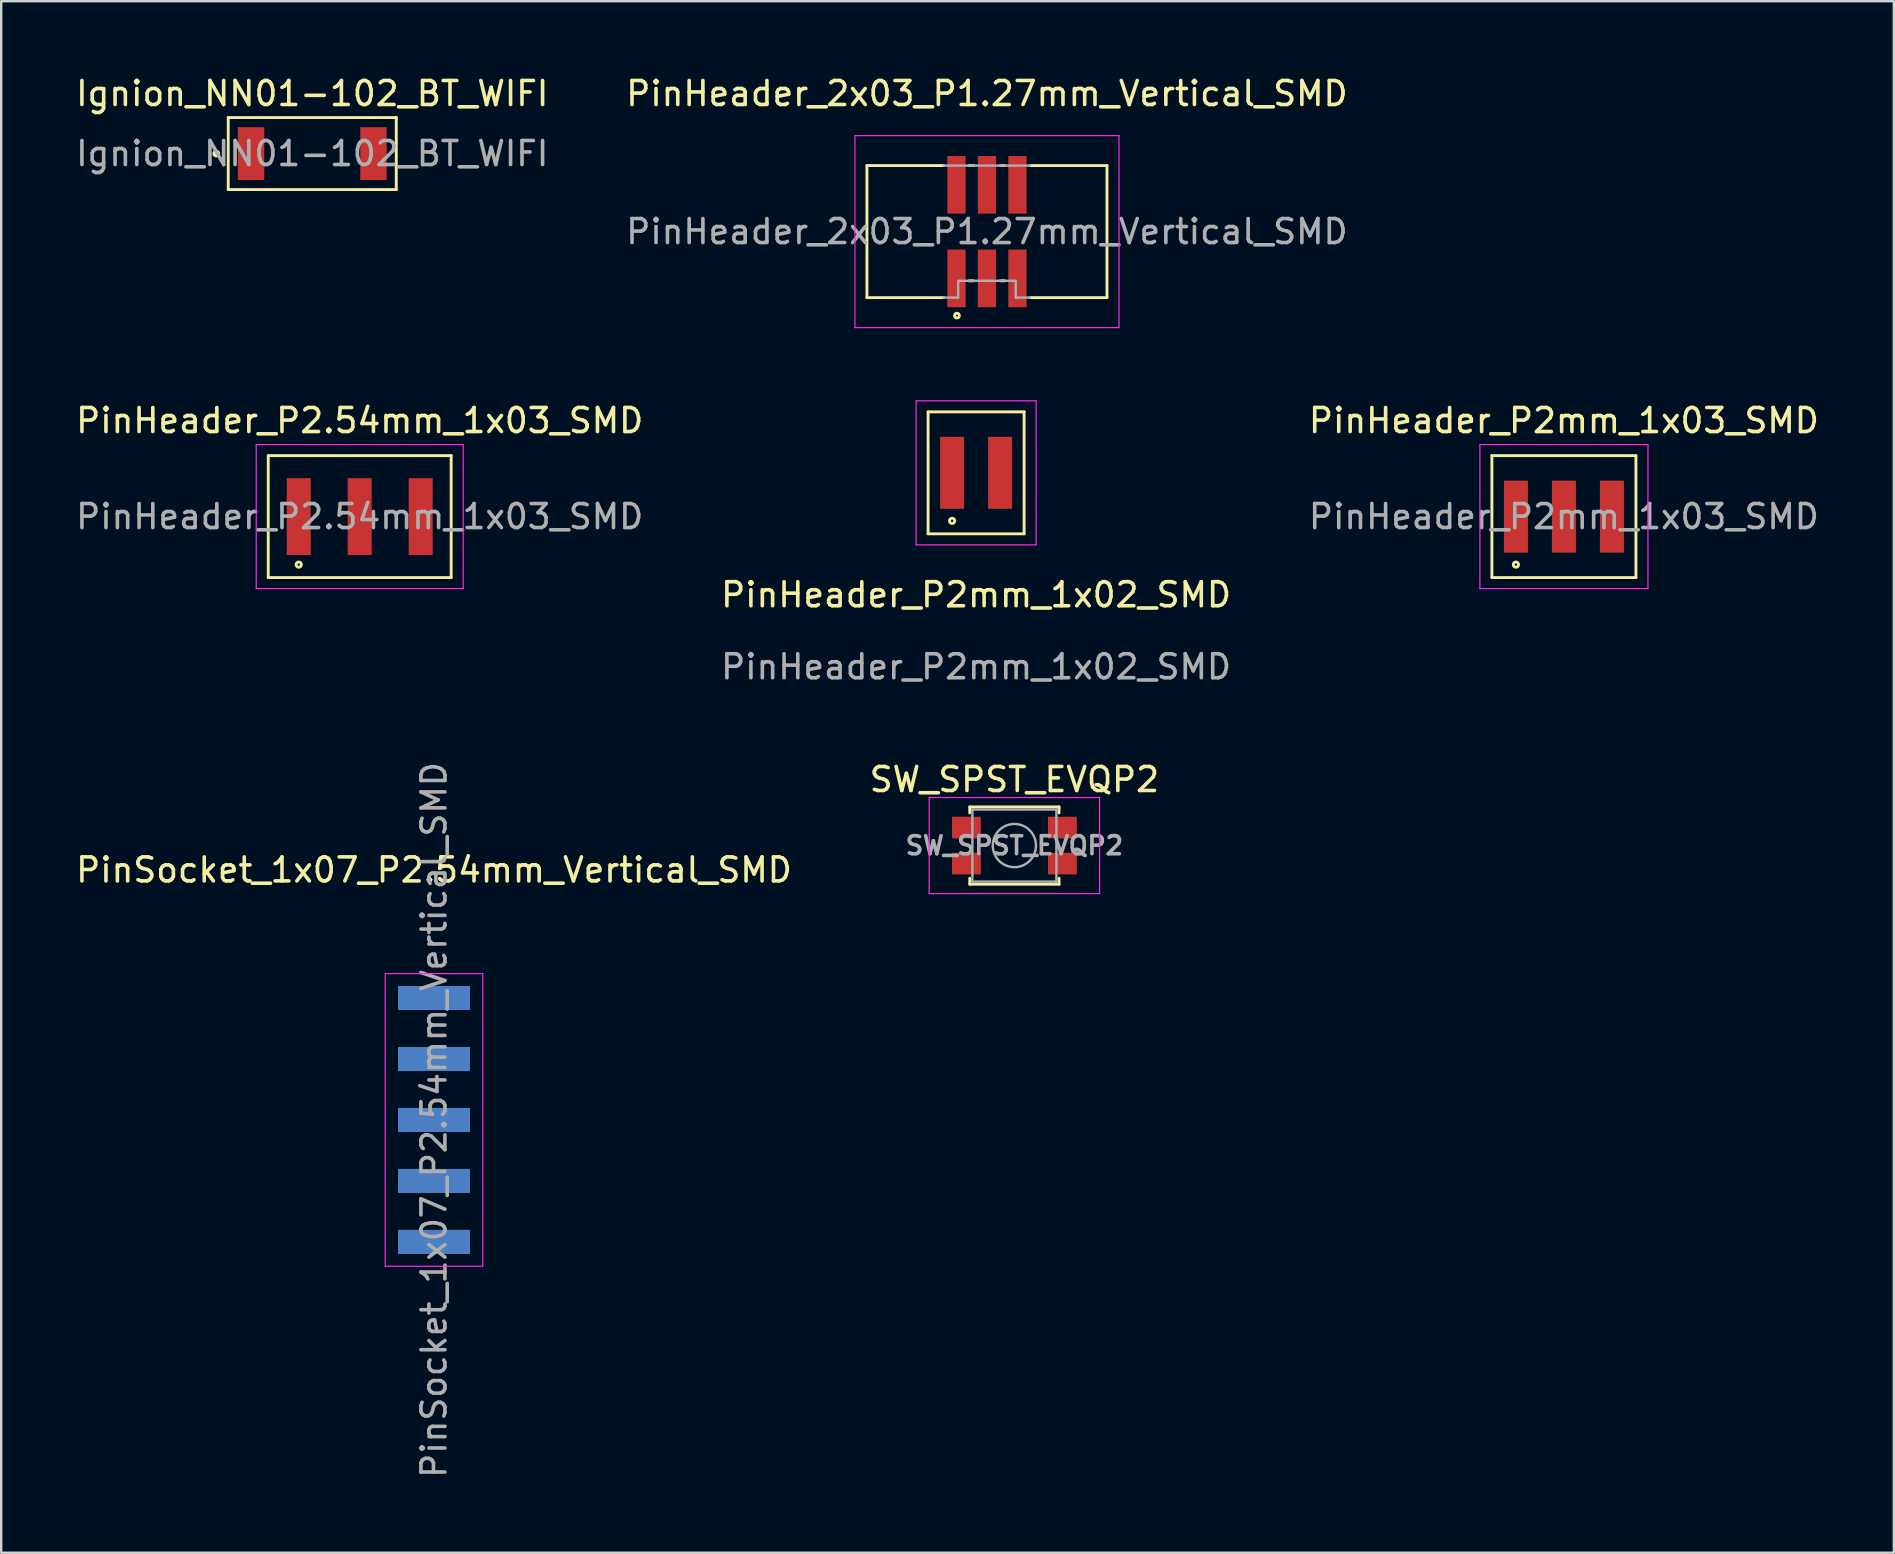
<source format=kicad_pcb>
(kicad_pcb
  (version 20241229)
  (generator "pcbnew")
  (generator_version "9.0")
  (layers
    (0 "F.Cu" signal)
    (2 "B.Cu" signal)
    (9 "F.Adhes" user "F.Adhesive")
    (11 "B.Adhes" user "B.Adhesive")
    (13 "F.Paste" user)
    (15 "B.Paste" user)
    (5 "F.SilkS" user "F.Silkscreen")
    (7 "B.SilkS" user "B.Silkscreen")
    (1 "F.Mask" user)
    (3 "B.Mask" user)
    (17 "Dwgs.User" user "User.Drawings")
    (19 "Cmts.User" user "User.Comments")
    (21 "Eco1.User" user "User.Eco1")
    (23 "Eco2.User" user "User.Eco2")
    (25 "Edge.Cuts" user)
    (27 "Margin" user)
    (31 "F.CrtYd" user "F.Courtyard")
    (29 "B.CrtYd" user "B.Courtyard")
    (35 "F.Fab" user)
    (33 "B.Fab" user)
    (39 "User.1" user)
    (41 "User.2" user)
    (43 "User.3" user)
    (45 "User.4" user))
  (footprint "SW_SPST_EVQP2"
    (layer "F.Cu")
    (at 39.208 32.175)
    (property "Reference" "SW_SPST_EVQP2" (at 0 -2.75 0) (layer "F.SilkS") (effects (font (size 1 1) (thickness 0.15))))
    (attr smd)
    (fp_line (start -1.86 -1.61) (end -1.86 -1.36) (stroke (width 0.12) (type solid)) (layer "F.SilkS"))
    (fp_line (start -1.86 1.36) (end -1.86 1.61) (stroke (width 0.12) (type solid)) (layer "F.SilkS"))
    (fp_line (start -1.86 1.61) (end 1.86 1.61) (stroke (width 0.12) (type solid)) (layer "F.SilkS"))
    (fp_line (start 1.86 -1.61) (end -1.86 -1.61) (stroke (width 0.12) (type solid)) (layer "F.SilkS"))
    (fp_line (start 1.86 -1.61) (end 1.86 -1.36) (stroke (width 0.12) (type solid)) (layer "F.SilkS"))
    (fp_line (start 1.86 1.36) (end 1.86 1.61) (stroke (width 0.12) (type solid)) (layer "F.SilkS"))
    (fp_line (start -3.55 -2) (end 3.55 -2) (stroke (width 0.05) (type solid)) (layer "F.CrtYd"))
    (fp_line (start -3.55 2) (end -3.55 -2) (stroke (width 0.05) (type solid)) (layer "F.CrtYd"))
    (fp_line (start 3.55 -2) (end 3.55 2) (stroke (width 0.05) (type solid)) (layer "F.CrtYd"))
    (fp_line (start 3.55 2) (end -3.55 2) (stroke (width 0.05) (type solid)) (layer "F.CrtYd"))
    (fp_line (start -1.75 -1.5) (end 1.75 -1.5) (stroke (width 0.1) (type solid)) (layer "F.Fab"))
    (fp_line (start -1.75 1.5) (end -1.75 -1.5) (stroke (width 0.1) (type solid)) (layer "F.Fab"))
    (fp_line (start 1.75 -1.5) (end 1.75 1.5) (stroke (width 0.1) (type solid)) (layer "F.Fab"))
    (fp_line (start 1.75 1.5) (end -1.75 1.5) (stroke (width 0.1) (type solid)) (layer "F.Fab"))
    (fp_circle (center 0 0) (end 0.9 0) (stroke (width 0.1) (type solid)) (fill no) (layer "F.Fab"))
    (fp_text user "${REFERENCE}" (at 0 0 0) (layer "F.Fab") (effects (font (size 0.75 0.75) (thickness 0.15))))
    (pad "1" smd rect (at -2 -0.75) (size 1.2 0.9) (layers "F.Cu" "F.Mask" "F.Paste"))
    (pad "1" smd rect (at 2 -0.75) (size 1.2 0.9) (layers "F.Cu" "F.Mask" "F.Paste"))
    (pad "2" smd rect (at -2 0.75) (size 1.2 0.9) (layers "F.Cu" "F.Mask" "F.Paste"))
    (pad "2" smd rect (at 2 0.75) (size 1.2 0.9) (layers "F.Cu" "F.Mask" "F.Paste")))
  (footprint "PinHeader_P2.54mm_1x03_SMD"
    (layer "F.Cu")
    (at 11.935 18.471)
    (property "Reference" "PinHeader_P2.54mm_1x03_SMD" (at 0 -4 0) (unlocked yes) (layer "F.SilkS") (effects (font (size 1 1) (thickness 0.15))))
    (attr smd)
    (fp_line (start -3.81 -2.54) (end 3.81 -2.54) (stroke (width 0.12) (type solid)) (layer "F.SilkS"))
    (fp_line (start -3.81 2.54) (end -3.81 -2.54) (stroke (width 0.12) (type solid)) (layer "F.SilkS"))
    (fp_line (start 3.81 -2.54) (end 3.81 2.54) (stroke (width 0.12) (type solid)) (layer "F.SilkS"))
    (fp_line (start 3.81 2.54) (end -3.81 2.54) (stroke (width 0.12) (type solid)) (layer "F.SilkS"))
    (fp_circle (center -2.54 2) (end -2.49 2) (stroke (width 0.12) (type solid)) (fill no) (layer "F.SilkS"))
    (fp_line (start -4.31 -3) (end 4.31 -3) (stroke (width 0.05) (type solid)) (layer "F.CrtYd"))
    (fp_line (start -4.31 3) (end -4.31 -3) (stroke (width 0.05) (type solid)) (layer "F.CrtYd"))
    (fp_line (start 4.31 -3) (end 4.31 3) (stroke (width 0.05) (type solid)) (layer "F.CrtYd"))
    (fp_line (start 4.31 3) (end -4.31 3) (stroke (width 0.05) (type solid)) (layer "F.CrtYd"))
    (fp_text user "${REFERENCE}" (at 0 0 0) (unlocked yes) (layer "F.Fab") (effects (font (size 1 1) (thickness 0.15))))
    (pad "1" smd rect (at -2.54 0) (size 1 3.2) (layers "F.Cu" "F.Mask" "F.Paste"))
    (pad "2" smd rect (at 0 0) (size 1 3.2) (layers "F.Cu" "F.Mask" "F.Paste"))
    (pad "3" smd rect (at 2.54 0) (size 1 3.2) (layers "F.Cu" "F.Mask" "F.Paste")))
  (footprint "PinSocket_1x07_P2.54mm_Vertical_SMD"
    (layer "F.Cu")
    (at 15.03 43.606)
    (property "Reference" "PinSocket_1x07_P2.54mm_Vertical_SMD" (at 0 -10.414 0) (layer "F.SilkS") (effects (font (size 1 1) (thickness 0.15))))
    (attr smd)
    (fp_line (start -2.032 -6.097) (end 2.032 -6.095) (stroke (width 0.05) (type solid)) (layer "F.CrtYd"))
    (fp_line (start -2.032 6.096) (end -2.032 -6.097) (stroke (width 0.05) (type solid)) (layer "F.CrtYd"))
    (fp_line (start 2.032 -6.095) (end 2.032 6.096) (stroke (width 0.05) (type solid)) (layer "F.CrtYd"))
    (fp_line (start 2.032 6.096) (end -2.032 6.096) (stroke (width 0.05) (type solid)) (layer "F.CrtYd"))
    (fp_text user "${REFERENCE}" (at 0 0 90) (layer "F.Fab") (effects (font (size 1 1) (thickness 0.15))))
    (pad "1" smd rect (at 0 -5.08) (size 3 1) (layers "F.Cu" "F.Mask" "F.Paste"))
    (pad "2" smd rect (at 0 -5.08) (size 3 1) (layers "F.Mask" "B.Cu" "F.Paste"))
    (pad "3" smd rect (at 0 -2.54) (size 3 1) (layers "F.Cu" "F.Mask" "F.Paste"))
    (pad "4" smd rect (at 0 -2.54) (size 3 1) (layers "F.Mask" "B.Cu" "F.Paste"))
    (pad "5" smd rect (at 0 0) (size 3 1) (layers "F.Cu" "F.Mask" "F.Paste"))
    (pad "6" smd rect (at 0 0) (size 3 1) (layers "F.Mask" "B.Cu" "F.Paste"))
    (pad "7" smd rect (at 0 2.54) (size 3 1) (layers "F.Cu" "F.Mask" "F.Paste"))
    (pad "8" smd rect (at 0 2.54) (size 3 1) (layers "F.Mask" "B.Cu" "F.Paste"))
    (pad "9" smd rect (at 0 5.08) (size 3 1) (layers "F.Cu" "F.Mask" "F.Paste"))
    (pad "10" smd rect (at 0 5.08) (size 3 1) (layers "F.Mask" "B.Cu" "F.Paste")))
  (footprint "PinHeader_2x03_P1.27mm_Vertical_SMD"
    (layer "F.Cu")
    (at 38.065 6.598)
    (property "Reference" "PinHeader_2x03_P1.27mm_Vertical_SMD" (at 0 -5.75 0) (layer "F.SilkS") (effects (font (size 1 1) (thickness 0.15))))
    (attr smd)
    (fp_line (start -5 -2.75) (end -5 2.75) (stroke (width 0.12) (type solid)) (layer "F.SilkS"))
    (fp_line (start -5 -2.75) (end -1.8 -2.75) (stroke (width 0.12) (type solid)) (layer "F.SilkS"))
    (fp_line (start -5 2.75) (end -1.8 2.75) (stroke (width 0.12) (type solid)) (layer "F.SilkS"))
    (fp_line (start -0.75 -2.75) (end -0.55 -2.75) (stroke (width 0.12) (type solid)) (layer "F.SilkS"))
    (fp_line (start -0.75 2.05) (end -0.55 2.05) (stroke (width 0.12) (type solid)) (layer "F.SilkS"))
    (fp_line (start 0.55 -2.75) (end 0.75 -2.75) (stroke (width 0.12) (type solid)) (layer "F.SilkS"))
    (fp_line (start 0.55 2.05) (end 0.75 2.05) (stroke (width 0.12) (type solid)) (layer "F.SilkS"))
    (fp_line (start 1.8 2.75) (end 5 2.75) (stroke (width 0.12) (type solid)) (layer "F.SilkS"))
    (fp_line (start 5 -2.75) (end 1.8 -2.75) (stroke (width 0.12) (type solid)) (layer "F.SilkS"))
    (fp_line (start 5 -2.75) (end 5 2.75) (stroke (width 0.12) (type solid)) (layer "F.SilkS"))
    (fp_circle (center -1.25 3.5) (end -1.15 3.5) (stroke (width 0.12) (type solid)) (fill no) (layer "F.SilkS"))
    (fp_line (start -5.5 -4) (end -5.5 4) (stroke (width 0.05) (type solid)) (layer "F.CrtYd"))
    (fp_line (start -5.5 4) (end 5.5 4) (stroke (width 0.05) (type solid)) (layer "F.CrtYd"))
    (fp_line (start 5.5 -4) (end -5.5 -4) (stroke (width 0.05) (type solid)) (layer "F.CrtYd"))
    (fp_line (start 5.5 4) (end 5.5 -4) (stroke (width 0.05) (type solid)) (layer "F.CrtYd"))
    (fp_line (start -1.8 -2.75) (end 1.8 -2.75) (stroke (width 0.1) (type solid)) (layer "F.Fab"))
    (fp_line (start -1.8 2.75) (end -1.2 2.75) (stroke (width 0.1) (type solid)) (layer "F.Fab"))
    (fp_line (start -1.2 2.05) (end -1.2 2.75) (stroke (width 0.1) (type solid)) (layer "F.Fab"))
    (fp_line (start -1.175 2.05) (end 1.175 2.05) (stroke (width 0.1) (type solid)) (layer "F.Fab"))
    (fp_line (start 1.2 2.05) (end 1.2 2.75) (stroke (width 0.1) (type solid)) (layer "F.Fab"))
    (fp_line (start 1.8 2.75) (end 1.2 2.75) (stroke (width 0.1) (type solid)) (layer "F.Fab"))
    (fp_text user "${REFERENCE}" (at 0 0 180) (layer "F.Fab") (effects (font (size 1 1) (thickness 0.15))))
    (pad "1" smd rect (at -1.27 1.95 90) (size 2.4 0.76) (layers "F.Cu" "F.Mask" "F.Paste"))
    (pad "2" smd rect (at -1.27 -1.95 90) (size 2.4 0.76) (layers "F.Cu" "F.Mask" "F.Paste"))
    (pad "3" smd rect (at 0 1.95 90) (size 2.4 0.76) (layers "F.Cu" "F.Mask" "F.Paste"))
    (pad "4" smd rect (at 0 -1.95 90) (size 2.4 0.76) (layers "F.Cu" "F.Mask" "F.Paste"))
    (pad "5" smd rect (at 1.27 1.95 90) (size 2.4 0.76) (layers "F.Cu" "F.Mask" "F.Paste"))
    (pad "6" smd rect (at 1.27 -1.95 90) (size 2.4 0.76) (layers "F.Cu" "F.Mask" "F.Paste")))
  (footprint "Ignion_NN01-102_BT_WIFI"
    (layer "F.Cu")
    (at 9.958 3.348)
    (property "Reference" "Ignion_NN01-102_BT_WIFI" (at 0 -2.5 0) (unlocked yes) (layer "F.SilkS") (effects (font (size 1 1) (thickness 0.15))))
    (attr smd)
    (fp_line (start -3.5 -1.5) (end 3.5 -1.5) (stroke (width 0.12) (type solid)) (layer "F.SilkS"))
    (fp_line (start -3.5 1.5) (end -3.5 -1.5) (stroke (width 0.12) (type solid)) (layer "F.SilkS"))
    (fp_line (start 3.5 -1.5) (end 3.5 1.5) (stroke (width 0.12) (type solid)) (layer "F.SilkS"))
    (fp_line (start 3.5 1.5) (end -3.5 1.5) (stroke (width 0.12) (type solid)) (layer "F.SilkS"))
    (fp_circle (center -4 0) (end -3.9 0) (stroke (width 0.12) (type solid)) (fill yes) (layer "F.SilkS"))
    (fp_text user "${REFERENCE}" (at 0 0 0) (unlocked yes) (layer "F.Fab") (effects (font (size 1 1) (thickness 0.15))))
    (pad "1" smd rect (at -2.55 0) (size 1.1 2.2) (layers "F.Cu" "F.Mask" "F.Paste"))
    (pad "MT" smd rect (at 2.55 0) (size 1.1 2.2) (layers "F.Cu" "F.Mask" "F.Paste")))
  (footprint "PinHeader_P2mm_1x02_SMD"
    (layer "F.Cu")
    (at 37.613 16.648)
    (property "Reference" "PinHeader_P2mm_1x02_SMD" (at 0 5.08 0) (unlocked yes) (layer "F.SilkS") (effects (font (size 1 1) (thickness 0.15))))
    (attr smd)
    (fp_line (start -2 -2.54) (end 2 -2.54) (stroke (width 0.12) (type solid)) (layer "F.SilkS"))
    (fp_line (start -2 2.54) (end -2 -2.54) (stroke (width 0.12) (type solid)) (layer "F.SilkS"))
    (fp_line (start 2 -2.54) (end 2 2.54) (stroke (width 0.12) (type solid)) (layer "F.SilkS"))
    (fp_line (start 2 2.54) (end -2 2.54) (stroke (width 0.12) (type solid)) (layer "F.SilkS"))
    (fp_circle (center -1 2) (end -0.95 2) (stroke (width 0.12) (type solid)) (fill no) (layer "F.SilkS"))
    (fp_line (start -2.5 -3) (end 2.5 -3) (stroke (width 0.05) (type solid)) (layer "F.CrtYd"))
    (fp_line (start -2.5 3) (end -2.5 -3) (stroke (width 0.05) (type solid)) (layer "F.CrtYd"))
    (fp_line (start 2.5 -3) (end 2.5 3) (stroke (width 0.05) (type solid)) (layer "F.CrtYd"))
    (fp_line (start 2.5 3) (end -2.5 3) (stroke (width 0.05) (type solid)) (layer "F.CrtYd"))
    (fp_text user "${REFERENCE}" (at 0 8.08 0) (unlocked yes) (layer "F.Fab") (effects (font (size 1 1) (thickness 0.15))))
    (pad "1" smd rect (at -1 0) (size 1 3) (layers "F.Cu" "F.Mask" "F.Paste"))
    (pad "2" smd rect (at 1 0) (size 1 3) (layers "F.Cu" "F.Mask" "F.Paste")))
  (footprint "PinHeader_P2mm_1x03_SMD"
    (layer "F.Cu")
    (at 62.101 18.471)
    (property "Reference" "PinHeader_P2mm_1x03_SMD" (at 0 -4 0) (unlocked yes) (layer "F.SilkS") (effects (font (size 1 1) (thickness 0.15))))
    (attr smd)
    (fp_line (start -3 -2.54) (end 3 -2.54) (stroke (width 0.12) (type solid)) (layer "F.SilkS"))
    (fp_line (start -3 2.54) (end -3 -2.54) (stroke (width 0.12) (type solid)) (layer "F.SilkS"))
    (fp_line (start 3 -2.54) (end 3 2.54) (stroke (width 0.12) (type solid)) (layer "F.SilkS"))
    (fp_line (start 3 2.54) (end -3 2.54) (stroke (width 0.12) (type solid)) (layer "F.SilkS"))
    (fp_circle (center -2 2) (end -1.95 2) (stroke (width 0.12) (type solid)) (fill no) (layer "F.SilkS"))
    (fp_line (start -3.5 -3) (end 3.5 -3) (stroke (width 0.05) (type solid)) (layer "F.CrtYd"))
    (fp_line (start -3.5 3) (end -3.5 -3) (stroke (width 0.05) (type solid)) (layer "F.CrtYd"))
    (fp_line (start 3.5 -3) (end 3.5 3) (stroke (width 0.05) (type solid)) (layer "F.CrtYd"))
    (fp_line (start 3.5 3) (end -3.5 3) (stroke (width 0.05) (type solid)) (layer "F.CrtYd"))
    (fp_text user "${REFERENCE}" (at 0 0 0) (unlocked yes) (layer "F.Fab") (effects (font (size 1 1) (thickness 0.15))))
    (pad "1" smd rect (at -2 0) (size 1 3) (layers "F.Cu" "F.Mask" "F.Paste"))
    (pad "2" smd rect (at 0 0) (size 1 3) (layers "F.Cu" "F.Mask" "F.Paste"))
    (pad "3" smd rect (at 2 0) (size 1 3) (layers "F.Cu" "F.Mask" "F.Paste")))
  (gr_rect
    (start -3 -3)
    (end 75.845 61.636)
    (stroke (width 0.1) (type default))
    (fill no)
    (layer "Edge.Cuts")))
</source>
